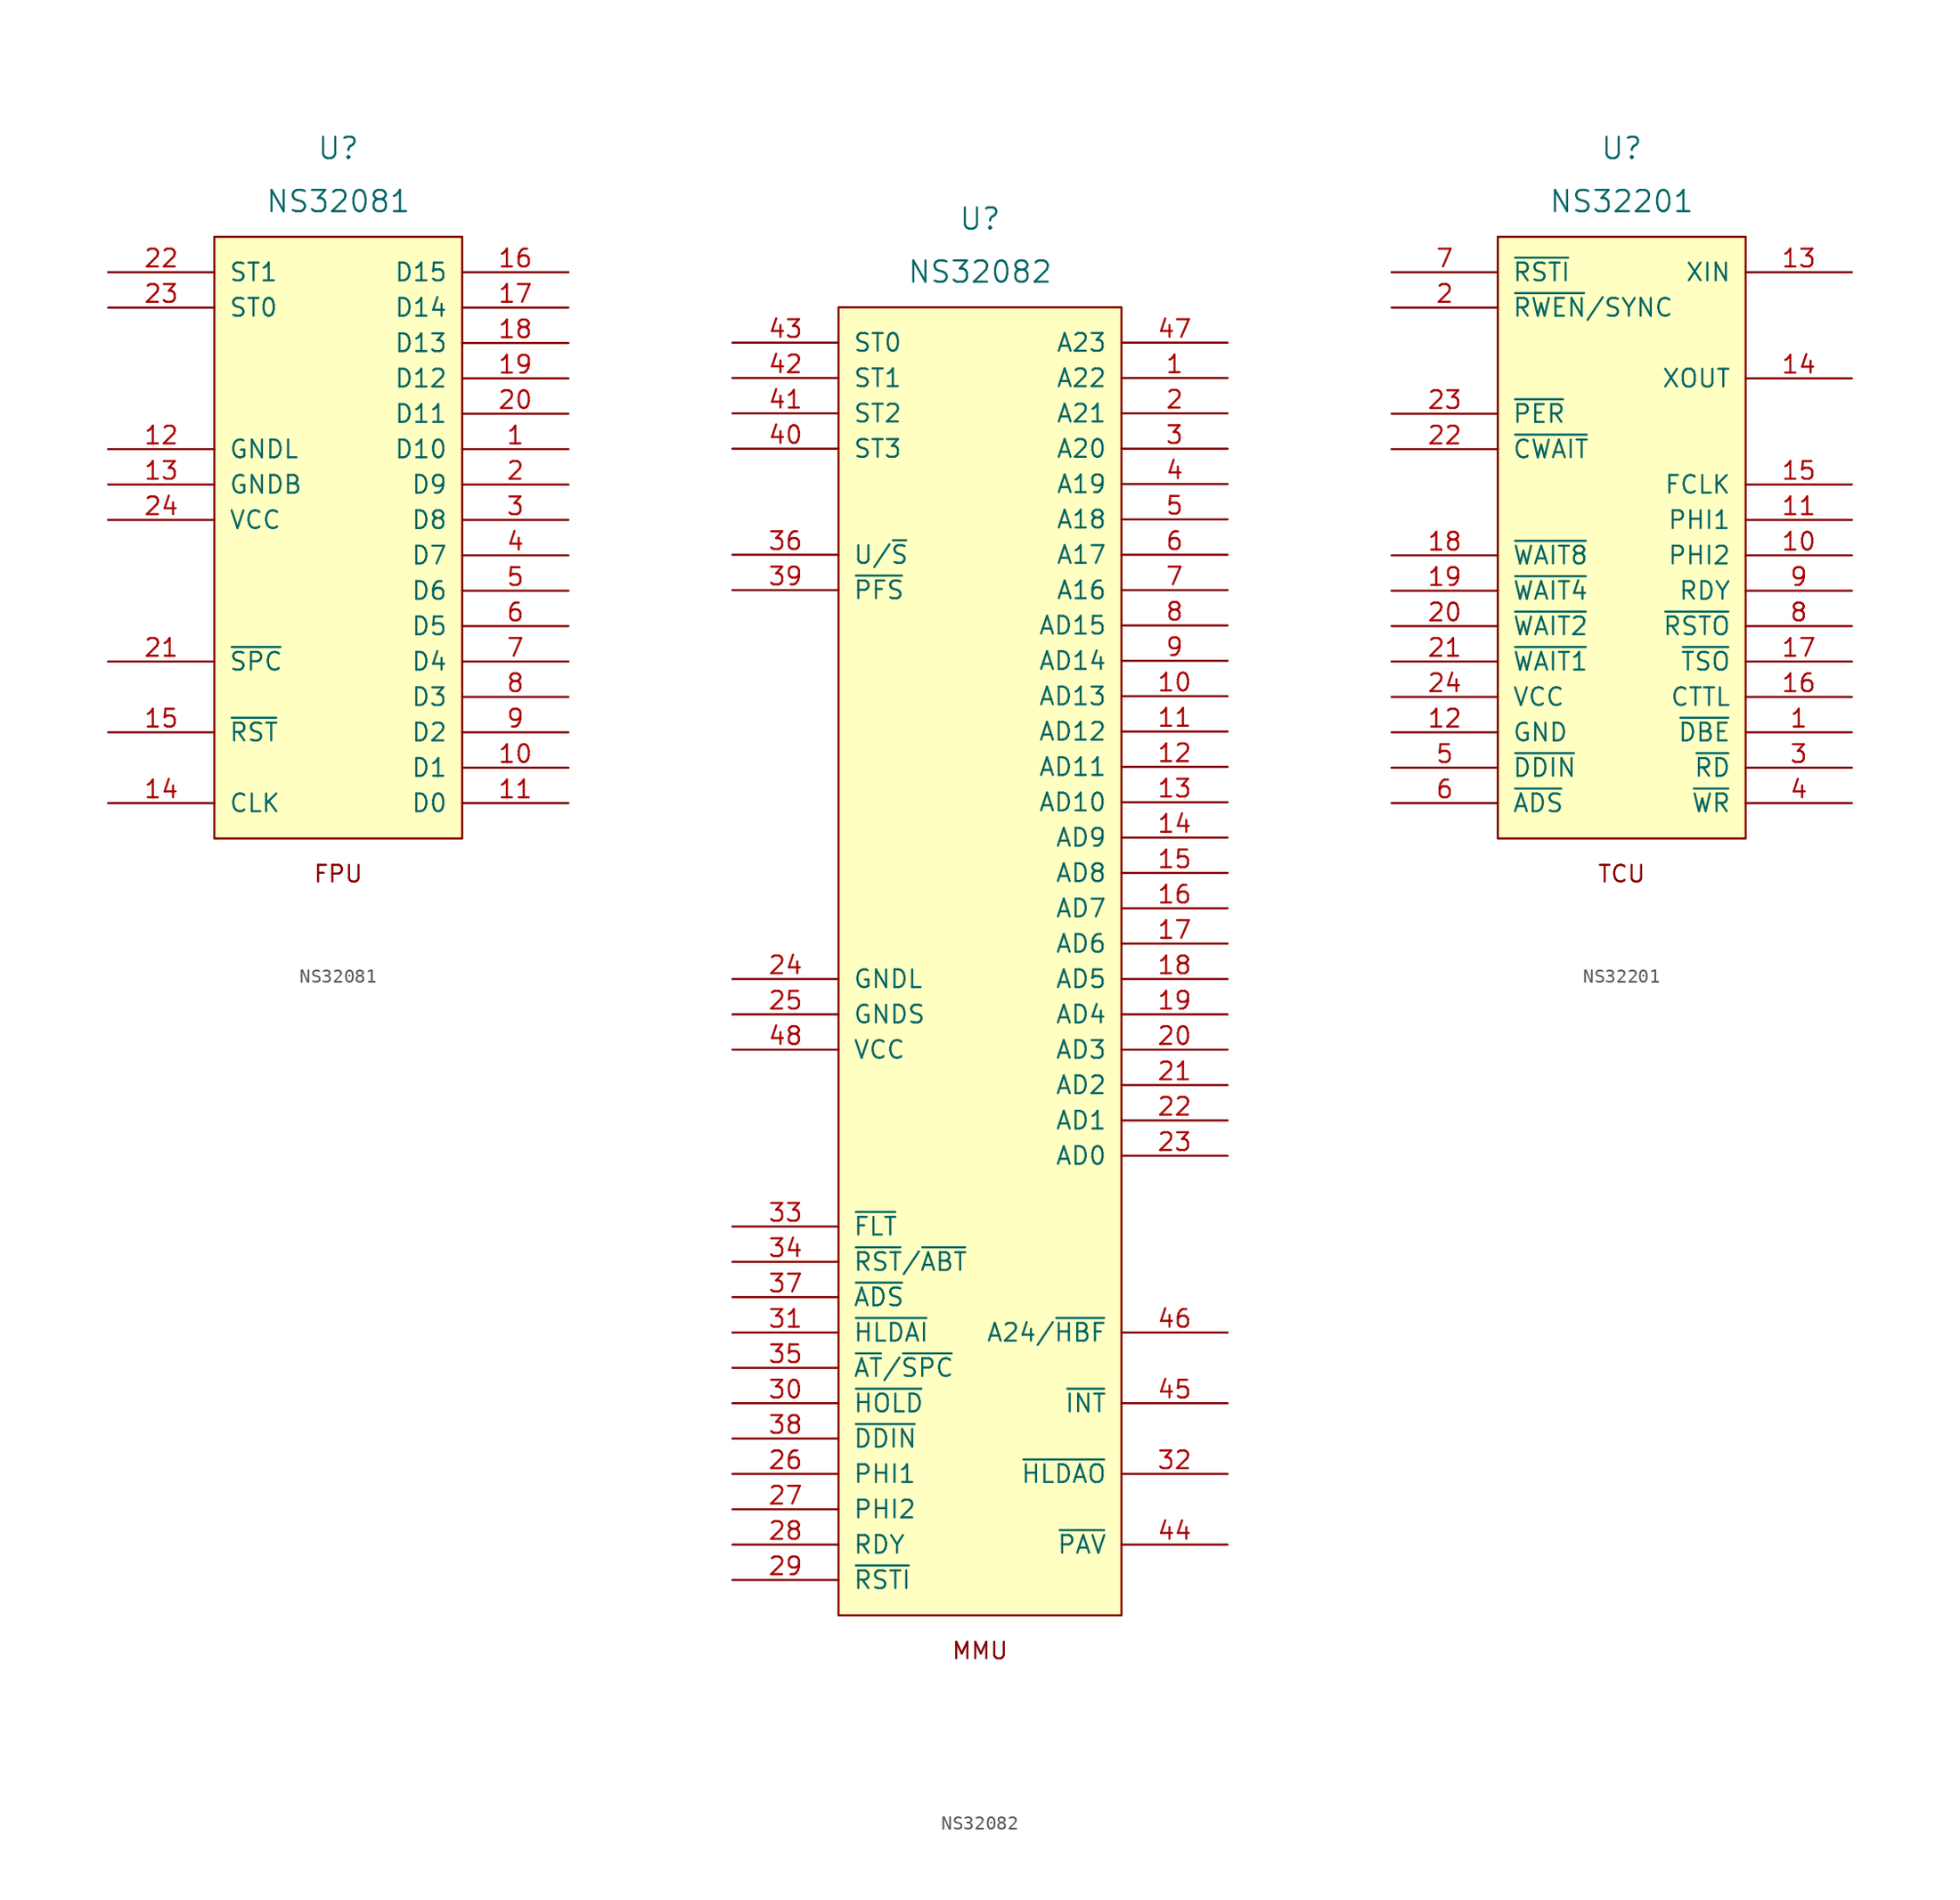
<source format=kicad_sym>
(kicad_symbol_lib
  (version 20211014)
  (generator kicad_symbol_editor)
  (symbol "NS32081"
    (pin_names
      (offset 1.016))
    (property "Reference" "U"
      (at 0 22.86 0)
      (effects (font (size 1.524 1.524))))
    (property "Value" "NS32081"
      (at 0 19.05 0)
      (effects (font (size 1.524 1.524))))
    (property "Footprint" ""
      (at 0 -5.08 0)
      (effects (font (size 1.524 1.524))))
    (property "Datasheet" ""
      (at 0 -5.08 0)
      (effects (font (size 1.524 1.524))))
    (symbol "NS32081_0_0"
      (text "FPU" (at 0 -29.21 0) (effects (font (size 1.194 1.194)))))
    (symbol "NS32081_0_1"
      (rectangle (start -8.89 16.51) (end 8.89 -26.67) (stroke (width 0) (type default) (color 0 0 0 0)) (fill (type background))))
    (symbol "NS32081_1_1"
      (pin bidirectional line (at 16.51 1.27 180) (length 7.62) (name "D10" (effects (font (size 1.27 1.27)))) (number "1" (effects (font (size 1.27 1.27)))))
      (pin bidirectional line (at 16.51 -21.59 180) (length 7.62) (name "D1" (effects (font (size 1.27 1.27)))) (number "10" (effects (font (size 1.27 1.27)))))
      (pin bidirectional line (at 16.51 -24.13 180) (length 7.62) (name "D0" (effects (font (size 1.27 1.27)))) (number "11" (effects (font (size 1.27 1.27)))))
      (pin power_in line (at -16.51 1.27 0) (length 7.62) (name "GNDL" (effects (font (size 1.27 1.27)))) (number "12" (effects (font (size 1.27 1.27)))))
      (pin power_in line (at -16.51 -1.27 0) (length 7.62) (name "GNDB" (effects (font (size 1.27 1.27)))) (number "13" (effects (font (size 1.27 1.27)))))
      (pin input line (at -16.51 -24.13 0) (length 7.62) (name "CLK" (effects (font (size 1.27 1.27)))) (number "14" (effects (font (size 1.27 1.27)))))
      (pin input line (at -16.51 -19.05 0) (length 7.62) (name "~{RST}" (effects (font (size 1.27 1.27)))) (number "15" (effects (font (size 1.27 1.27)))))
      (pin bidirectional line (at 16.51 13.97 180) (length 7.62) (name "D15" (effects (font (size 1.27 1.27)))) (number "16" (effects (font (size 1.27 1.27)))))
      (pin bidirectional line (at 16.51 11.43 180) (length 7.62) (name "D14" (effects (font (size 1.27 1.27)))) (number "17" (effects (font (size 1.27 1.27)))))
      (pin bidirectional line (at 16.51 8.89 180) (length 7.62) (name "D13" (effects (font (size 1.27 1.27)))) (number "18" (effects (font (size 1.27 1.27)))))
      (pin bidirectional line (at 16.51 6.35 180) (length 7.62) (name "D12" (effects (font (size 1.27 1.27)))) (number "19" (effects (font (size 1.27 1.27)))))
      (pin bidirectional line (at 16.51 -1.27 180) (length 7.62) (name "D9" (effects (font (size 1.27 1.27)))) (number "2" (effects (font (size 1.27 1.27)))))
      (pin bidirectional line (at 16.51 3.81 180) (length 7.62) (name "D11" (effects (font (size 1.27 1.27)))) (number "20" (effects (font (size 1.27 1.27)))))
      (pin bidirectional line (at -16.51 -13.97 0) (length 7.62) (name "~{SPC}" (effects (font (size 1.27 1.27)))) (number "21" (effects (font (size 1.27 1.27)))))
      (pin input line (at -16.51 13.97 0) (length 7.62) (name "ST1" (effects (font (size 1.27 1.27)))) (number "22" (effects (font (size 1.27 1.27)))))
      (pin input line (at -16.51 11.43 0) (length 7.62) (name "ST0" (effects (font (size 1.27 1.27)))) (number "23" (effects (font (size 1.27 1.27)))))
      (pin power_in line (at -16.51 -3.81 0) (length 7.62) (name "VCC" (effects (font (size 1.27 1.27)))) (number "24" (effects (font (size 1.27 1.27)))))
      (pin bidirectional line (at 16.51 -3.81 180) (length 7.62) (name "D8" (effects (font (size 1.27 1.27)))) (number "3" (effects (font (size 1.27 1.27)))))
      (pin bidirectional line (at 16.51 -6.35 180) (length 7.62) (name "D7" (effects (font (size 1.27 1.27)))) (number "4" (effects (font (size 1.27 1.27)))))
      (pin bidirectional line (at 16.51 -8.89 180) (length 7.62) (name "D6" (effects (font (size 1.27 1.27)))) (number "5" (effects (font (size 1.27 1.27)))))
      (pin bidirectional line (at 16.51 -11.43 180) (length 7.62) (name "D5" (effects (font (size 1.27 1.27)))) (number "6" (effects (font (size 1.27 1.27)))))
      (pin bidirectional line (at 16.51 -13.97 180) (length 7.62) (name "D4" (effects (font (size 1.27 1.27)))) (number "7" (effects (font (size 1.27 1.27)))))
      (pin bidirectional line (at 16.51 -16.51 180) (length 7.62) (name "D3" (effects (font (size 1.27 1.27)))) (number "8" (effects (font (size 1.27 1.27)))))
      (pin bidirectional line (at 16.51 -19.05 180) (length 7.62) (name "D2" (effects (font (size 1.27 1.27)))) (number "9" (effects (font (size 1.27 1.27)))))))
  (symbol "NS32082"
    (pin_names
      (offset 1.016))
    (property "Reference" "U"
      (at 0 52.07 0)
      (effects (font (size 1.524 1.524))))
    (property "Value" "NS32082"
      (at 0 48.26 0)
      (effects (font (size 1.524 1.524))))
    (property "Footprint" ""
      (at 0 -17.78 0)
      (effects (font (size 1.524 1.524))))
    (property "Datasheet" ""
      (at 0 -17.78 0)
      (effects (font (size 1.524 1.524))))
    (symbol "NS32082_0_0"
      (text "MMU" (at 0 -50.8 0) (effects (font (size 1.194 1.194)))))
    (symbol "NS32082_0_1"
      (rectangle (start -10.16 45.72) (end 10.16 -48.26) (stroke (width 0) (type default) (color 0 0 0 0)) (fill (type background))))
    (symbol "NS32082_1_1"
      (pin bidirectional line (at 17.78 40.64 180) (length 7.62) (name "A22" (effects (font (size 1.27 1.27)))) (number "1" (effects (font (size 1.27 1.27)))))
      (pin bidirectional line (at 17.78 17.78 180) (length 7.62) (name "AD13" (effects (font (size 1.27 1.27)))) (number "10" (effects (font (size 1.27 1.27)))))
      (pin bidirectional line (at 17.78 15.24 180) (length 7.62) (name "AD12" (effects (font (size 1.27 1.27)))) (number "11" (effects (font (size 1.27 1.27)))))
      (pin bidirectional line (at 17.78 12.7 180) (length 7.62) (name "AD11" (effects (font (size 1.27 1.27)))) (number "12" (effects (font (size 1.27 1.27)))))
      (pin bidirectional line (at 17.78 10.16 180) (length 7.62) (name "AD10" (effects (font (size 1.27 1.27)))) (number "13" (effects (font (size 1.27 1.27)))))
      (pin bidirectional line (at 17.78 7.62 180) (length 7.62) (name "AD9" (effects (font (size 1.27 1.27)))) (number "14" (effects (font (size 1.27 1.27)))))
      (pin bidirectional line (at 17.78 5.08 180) (length 7.62) (name "AD8" (effects (font (size 1.27 1.27)))) (number "15" (effects (font (size 1.27 1.27)))))
      (pin bidirectional line (at 17.78 2.54 180) (length 7.62) (name "AD7" (effects (font (size 1.27 1.27)))) (number "16" (effects (font (size 1.27 1.27)))))
      (pin bidirectional line (at 17.78 0 180) (length 7.62) (name "AD6" (effects (font (size 1.27 1.27)))) (number "17" (effects (font (size 1.27 1.27)))))
      (pin bidirectional line (at 17.78 -2.54 180) (length 7.62) (name "AD5" (effects (font (size 1.27 1.27)))) (number "18" (effects (font (size 1.27 1.27)))))
      (pin bidirectional line (at 17.78 -5.08 180) (length 7.62) (name "AD4" (effects (font (size 1.27 1.27)))) (number "19" (effects (font (size 1.27 1.27)))))
      (pin bidirectional line (at 17.78 38.1 180) (length 7.62) (name "A21" (effects (font (size 1.27 1.27)))) (number "2" (effects (font (size 1.27 1.27)))))
      (pin bidirectional line (at 17.78 -7.62 180) (length 7.62) (name "AD3" (effects (font (size 1.27 1.27)))) (number "20" (effects (font (size 1.27 1.27)))))
      (pin bidirectional line (at 17.78 -10.16 180) (length 7.62) (name "AD2" (effects (font (size 1.27 1.27)))) (number "21" (effects (font (size 1.27 1.27)))))
      (pin bidirectional line (at 17.78 -12.7 180) (length 7.62) (name "AD1" (effects (font (size 1.27 1.27)))) (number "22" (effects (font (size 1.27 1.27)))))
      (pin bidirectional line (at 17.78 -15.24 180) (length 7.62) (name "AD0" (effects (font (size 1.27 1.27)))) (number "23" (effects (font (size 1.27 1.27)))))
      (pin power_in line (at -17.78 -2.54 0) (length 7.62) (name "GNDL" (effects (font (size 1.27 1.27)))) (number "24" (effects (font (size 1.27 1.27)))))
      (pin power_in line (at -17.78 -5.08 0) (length 7.62) (name "GNDS" (effects (font (size 1.27 1.27)))) (number "25" (effects (font (size 1.27 1.27)))))
      (pin input line (at -17.78 -38.1 0) (length 7.62) (name "PHI1" (effects (font (size 1.27 1.27)))) (number "26" (effects (font (size 1.27 1.27)))))
      (pin input line (at -17.78 -40.64 0) (length 7.62) (name "PHI2" (effects (font (size 1.27 1.27)))) (number "27" (effects (font (size 1.27 1.27)))))
      (pin input line (at -17.78 -43.18 0) (length 7.62) (name "RDY" (effects (font (size 1.27 1.27)))) (number "28" (effects (font (size 1.27 1.27)))))
      (pin input line (at -17.78 -45.72 0) (length 7.62) (name "~{RSTI}" (effects (font (size 1.27 1.27)))) (number "29" (effects (font (size 1.27 1.27)))))
      (pin bidirectional line (at 17.78 35.56 180) (length 7.62) (name "A20" (effects (font (size 1.27 1.27)))) (number "3" (effects (font (size 1.27 1.27)))))
      (pin input line (at -17.78 -33.02 0) (length 7.62) (name "~{HOLD}" (effects (font (size 1.27 1.27)))) (number "30" (effects (font (size 1.27 1.27)))))
      (pin input line (at -17.78 -27.94 0) (length 7.62) (name "~{HLDAI}" (effects (font (size 1.27 1.27)))) (number "31" (effects (font (size 1.27 1.27)))))
      (pin output line (at 17.78 -38.1 180) (length 7.62) (name "~{HLDAO}" (effects (font (size 1.27 1.27)))) (number "32" (effects (font (size 1.27 1.27)))))
      (pin output line (at -17.78 -20.32 0) (length 7.62) (name "~{FLT}" (effects (font (size 1.27 1.27)))) (number "33" (effects (font (size 1.27 1.27)))))
      (pin output line (at -17.78 -22.86 0) (length 7.62) (name "~{RST}/~{ABT}" (effects (font (size 1.27 1.27)))) (number "34" (effects (font (size 1.27 1.27)))))
      (pin bidirectional line (at -17.78 -30.48 0) (length 7.62) (name "~{AT}/~{SPC}" (effects (font (size 1.27 1.27)))) (number "35" (effects (font (size 1.27 1.27)))))
      (pin input line (at -17.78 27.94 0) (length 7.62) (name "U/~{S}" (effects (font (size 1.27 1.27)))) (number "36" (effects (font (size 1.27 1.27)))))
      (pin input line (at -17.78 -25.4 0) (length 7.62) (name "~{ADS}" (effects (font (size 1.27 1.27)))) (number "37" (effects (font (size 1.27 1.27)))))
      (pin bidirectional line (at -17.78 -35.56 0) (length 7.62) (name "~{DDIN}" (effects (font (size 1.27 1.27)))) (number "38" (effects (font (size 1.27 1.27)))))
      (pin input line (at -17.78 25.4 0) (length 7.62) (name "~{PFS}" (effects (font (size 1.27 1.27)))) (number "39" (effects (font (size 1.27 1.27)))))
      (pin bidirectional line (at 17.78 33.02 180) (length 7.62) (name "A19" (effects (font (size 1.27 1.27)))) (number "4" (effects (font (size 1.27 1.27)))))
      (pin input line (at -17.78 35.56 0) (length 7.62) (name "ST3" (effects (font (size 1.27 1.27)))) (number "40" (effects (font (size 1.27 1.27)))))
      (pin input line (at -17.78 38.1 0) (length 7.62) (name "ST2" (effects (font (size 1.27 1.27)))) (number "41" (effects (font (size 1.27 1.27)))))
      (pin input line (at -17.78 40.64 0) (length 7.62) (name "ST1" (effects (font (size 1.27 1.27)))) (number "42" (effects (font (size 1.27 1.27)))))
      (pin input line (at -17.78 43.18 0) (length 7.62) (name "ST0" (effects (font (size 1.27 1.27)))) (number "43" (effects (font (size 1.27 1.27)))))
      (pin output line (at 17.78 -43.18 180) (length 7.62) (name "~{PAV}" (effects (font (size 1.27 1.27)))) (number "44" (effects (font (size 1.27 1.27)))))
      (pin output line (at 17.78 -33.02 180) (length 7.62) (name "~{INT}" (effects (font (size 1.27 1.27)))) (number "45" (effects (font (size 1.27 1.27)))))
      (pin bidirectional line (at 17.78 -27.94 180) (length 7.62) (name "A24/~{HBF}" (effects (font (size 1.27 1.27)))) (number "46" (effects (font (size 1.27 1.27)))))
      (pin bidirectional line (at 17.78 43.18 180) (length 7.62) (name "A23" (effects (font (size 1.27 1.27)))) (number "47" (effects (font (size 1.27 1.27)))))
      (pin power_in line (at -17.78 -7.62 0) (length 7.62) (name "VCC" (effects (font (size 1.27 1.27)))) (number "48" (effects (font (size 1.27 1.27)))))
      (pin bidirectional line (at 17.78 30.48 180) (length 7.62) (name "A18" (effects (font (size 1.27 1.27)))) (number "5" (effects (font (size 1.27 1.27)))))
      (pin bidirectional line (at 17.78 27.94 180) (length 7.62) (name "A17" (effects (font (size 1.27 1.27)))) (number "6" (effects (font (size 1.27 1.27)))))
      (pin bidirectional line (at 17.78 25.4 180) (length 7.62) (name "A16" (effects (font (size 1.27 1.27)))) (number "7" (effects (font (size 1.27 1.27)))))
      (pin bidirectional line (at 17.78 22.86 180) (length 7.62) (name "AD15" (effects (font (size 1.27 1.27)))) (number "8" (effects (font (size 1.27 1.27)))))
      (pin bidirectional line (at 17.78 20.32 180) (length 7.62) (name "AD14" (effects (font (size 1.27 1.27)))) (number "9" (effects (font (size 1.27 1.27)))))))
  (symbol "NS32201"
    (pin_names
      (offset 1.016))
    (property "Reference" "U"
      (at 0 22.86 0)
      (effects (font (size 1.524 1.524))))
    (property "Value" "NS32201"
      (at 0 19.05 0)
      (effects (font (size 1.524 1.524))))
    (property "Footprint" ""
      (at 0 -5.08 0)
      (effects (font (size 1.524 1.524))))
    (property "Datasheet" ""
      (at 0 -5.08 0)
      (effects (font (size 1.524 1.524))))
    (symbol "NS32201_0_0"
      (text "TCU" (at 0 -29.21 0) (effects (font (size 1.194 1.194)))))
    (symbol "NS32201_0_1"
      (rectangle (start -8.89 16.51) (end 8.89 -26.67) (stroke (width 0) (type default) (color 0 0 0 0)) (fill (type background))))
    (symbol "NS32201_1_1"
      (pin output line (at 16.51 -19.05 180) (length 7.62) (name "~{DBE}" (effects (font (size 1.27 1.27)))) (number "1" (effects (font (size 1.27 1.27)))))
      (pin output line (at 16.51 -6.35 180) (length 7.62) (name "PHI2" (effects (font (size 1.27 1.27)))) (number "10" (effects (font (size 1.27 1.27)))))
      (pin output line (at 16.51 -3.81 180) (length 7.62) (name "PHI1" (effects (font (size 1.27 1.27)))) (number "11" (effects (font (size 1.27 1.27)))))
      (pin power_in line (at -16.51 -19.05 0) (length 7.62) (name "GND" (effects (font (size 1.27 1.27)))) (number "12" (effects (font (size 1.27 1.27)))))
      (pin input line (at 16.51 13.97 180) (length 7.62) (name "XIN" (effects (font (size 1.27 1.27)))) (number "13" (effects (font (size 1.27 1.27)))))
      (pin output line (at 16.51 6.35 180) (length 7.62) (name "XOUT" (effects (font (size 1.27 1.27)))) (number "14" (effects (font (size 1.27 1.27)))))
      (pin output line (at 16.51 -1.27 180) (length 7.62) (name "FCLK" (effects (font (size 1.27 1.27)))) (number "15" (effects (font (size 1.27 1.27)))))
      (pin output line (at 16.51 -16.51 180) (length 7.62) (name "CTTL" (effects (font (size 1.27 1.27)))) (number "16" (effects (font (size 1.27 1.27)))))
      (pin output line (at 16.51 -13.97 180) (length 7.62) (name "~{TSO}" (effects (font (size 1.27 1.27)))) (number "17" (effects (font (size 1.27 1.27)))))
      (pin input line (at -16.51 -6.35 0) (length 7.62) (name "~{WAIT8}" (effects (font (size 1.27 1.27)))) (number "18" (effects (font (size 1.27 1.27)))))
      (pin input line (at -16.51 -8.89 0) (length 7.62) (name "~{WAIT4}" (effects (font (size 1.27 1.27)))) (number "19" (effects (font (size 1.27 1.27)))))
      (pin input line (at -16.51 11.43 0) (length 7.62) (name "~{RWEN}/SYNC" (effects (font (size 1.27 1.27)))) (number "2" (effects (font (size 1.27 1.27)))))
      (pin input line (at -16.51 -11.43 0) (length 7.62) (name "~{WAIT2}" (effects (font (size 1.27 1.27)))) (number "20" (effects (font (size 1.27 1.27)))))
      (pin input line (at -16.51 -13.97 0) (length 7.62) (name "~{WAIT1}" (effects (font (size 1.27 1.27)))) (number "21" (effects (font (size 1.27 1.27)))))
      (pin input line (at -16.51 1.27 0) (length 7.62) (name "~{CWAIT}" (effects (font (size 1.27 1.27)))) (number "22" (effects (font (size 1.27 1.27)))))
      (pin input line (at -16.51 3.81 0) (length 7.62) (name "~{PER}" (effects (font (size 1.27 1.27)))) (number "23" (effects (font (size 1.27 1.27)))))
      (pin power_in line (at -16.51 -16.51 0) (length 7.62) (name "VCC" (effects (font (size 1.27 1.27)))) (number "24" (effects (font (size 1.27 1.27)))))
      (pin output line (at 16.51 -21.59 180) (length 7.62) (name "~{RD}" (effects (font (size 1.27 1.27)))) (number "3" (effects (font (size 1.27 1.27)))))
      (pin output line (at 16.51 -24.13 180) (length 7.62) (name "~{WR}" (effects (font (size 1.27 1.27)))) (number "4" (effects (font (size 1.27 1.27)))))
      (pin input line (at -16.51 -21.59 0) (length 7.62) (name "~{DDIN}" (effects (font (size 1.27 1.27)))) (number "5" (effects (font (size 1.27 1.27)))))
      (pin input line (at -16.51 -24.13 0) (length 7.62) (name "~{ADS}" (effects (font (size 1.27 1.27)))) (number "6" (effects (font (size 1.27 1.27)))))
      (pin input line (at -16.51 13.97 0) (length 7.62) (name "~{RSTI}" (effects (font (size 1.27 1.27)))) (number "7" (effects (font (size 1.27 1.27)))))
      (pin output line (at 16.51 -11.43 180) (length 7.62) (name "~{RSTO}" (effects (font (size 1.27 1.27)))) (number "8" (effects (font (size 1.27 1.27)))))
      (pin output line (at 16.51 -8.89 180) (length 7.62) (name "RDY" (effects (font (size 1.27 1.27)))) (number "9" (effects (font (size 1.27 1.27))))))))
</source>
